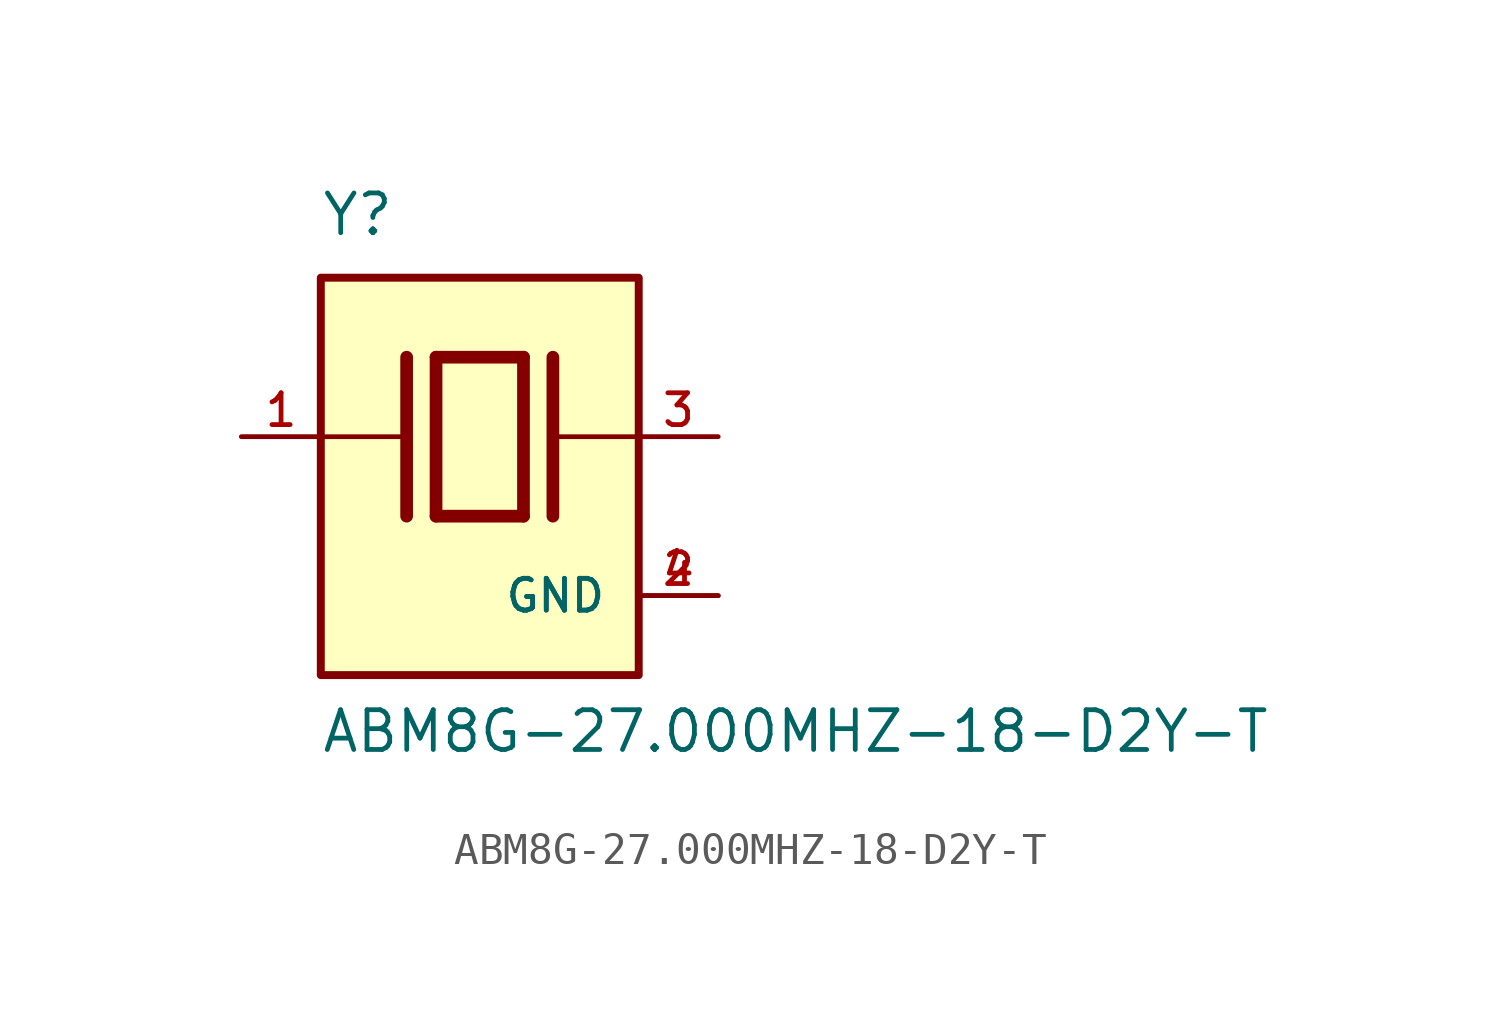
<source format=kicad_sym>
(kicad_symbol_lib
  (version 20211014)
  (generator kicad_symbol_editor)
  (symbol "ABM8G-27.000MHZ-18-D2Y-T"
    (pin_names
      (offset 1.016))
    (property "Reference" "Y"
      (at -5.088 6.356 0)
      (effects (font (size 1.27 1.27)) (justify bottom left)))
    (property "Value" "ABM8G-27.000MHZ-18-D2Y-T"
      (at -5.094 -10.16 0)
      (effects (font (size 1.27 1.27)) (justify bottom left)))
    (symbol "ABM8G-27.000MHZ-18-D2Y-T_0_0"
      (polyline (pts (xy -1.397 2.54) (xy 1.397 2.54)) (stroke (width 0.406)))
      (polyline (pts (xy 1.397 2.54) (xy 1.397 -2.54)) (stroke (width 0.406)))
      (polyline (pts (xy 1.397 -2.54) (xy -1.397 -2.54)) (stroke (width 0.406)))
      (polyline (pts (xy -1.397 2.54) (xy -1.397 -2.54)) (stroke (width 0.406)))
      (polyline (pts (xy 2.337 2.54) (xy 2.337 -2.54)) (stroke (width 0.406)))
      (polyline (pts (xy -2.337 2.54) (xy -2.337 -2.54)) (stroke (width 0.406)))
      (polyline (pts (xy -5.08 0.0) (xy -2.54 0.0)) (stroke (width 0.152)))
      (polyline (pts (xy 2.54 0.0) (xy 5.08 0.0)) (stroke (width 0.152)))
      (rectangle (start -5.08 -7.62) (end 5.08 5.08) (stroke (width 0.254)) (fill (type background)))
      (pin passive line (at 7.62 0.0 180.0) (length 2.54) (name "~" (effects (font (size 1.016 1.016)))) (number "3" (effects (font (size 1.016 1.016)))))
      (pin passive line (at -7.62 0.0 0) (length 2.54) (name "~" (effects (font (size 1.016 1.016)))) (number "1" (effects (font (size 1.016 1.016)))))
      (pin power_in line (at 7.62 -5.08 180.0) (length 2.54) (name "GND" (effects (font (size 1.016 1.016)))) (number "2" (effects (font (size 1.016 1.016)))))
      (pin power_in line (at 7.62 -5.08 180.0) (length 2.54) (name "GND" (effects (font (size 1.016 1.016)))) (number "4" (effects (font (size 1.016 1.016))))))))
</source>
